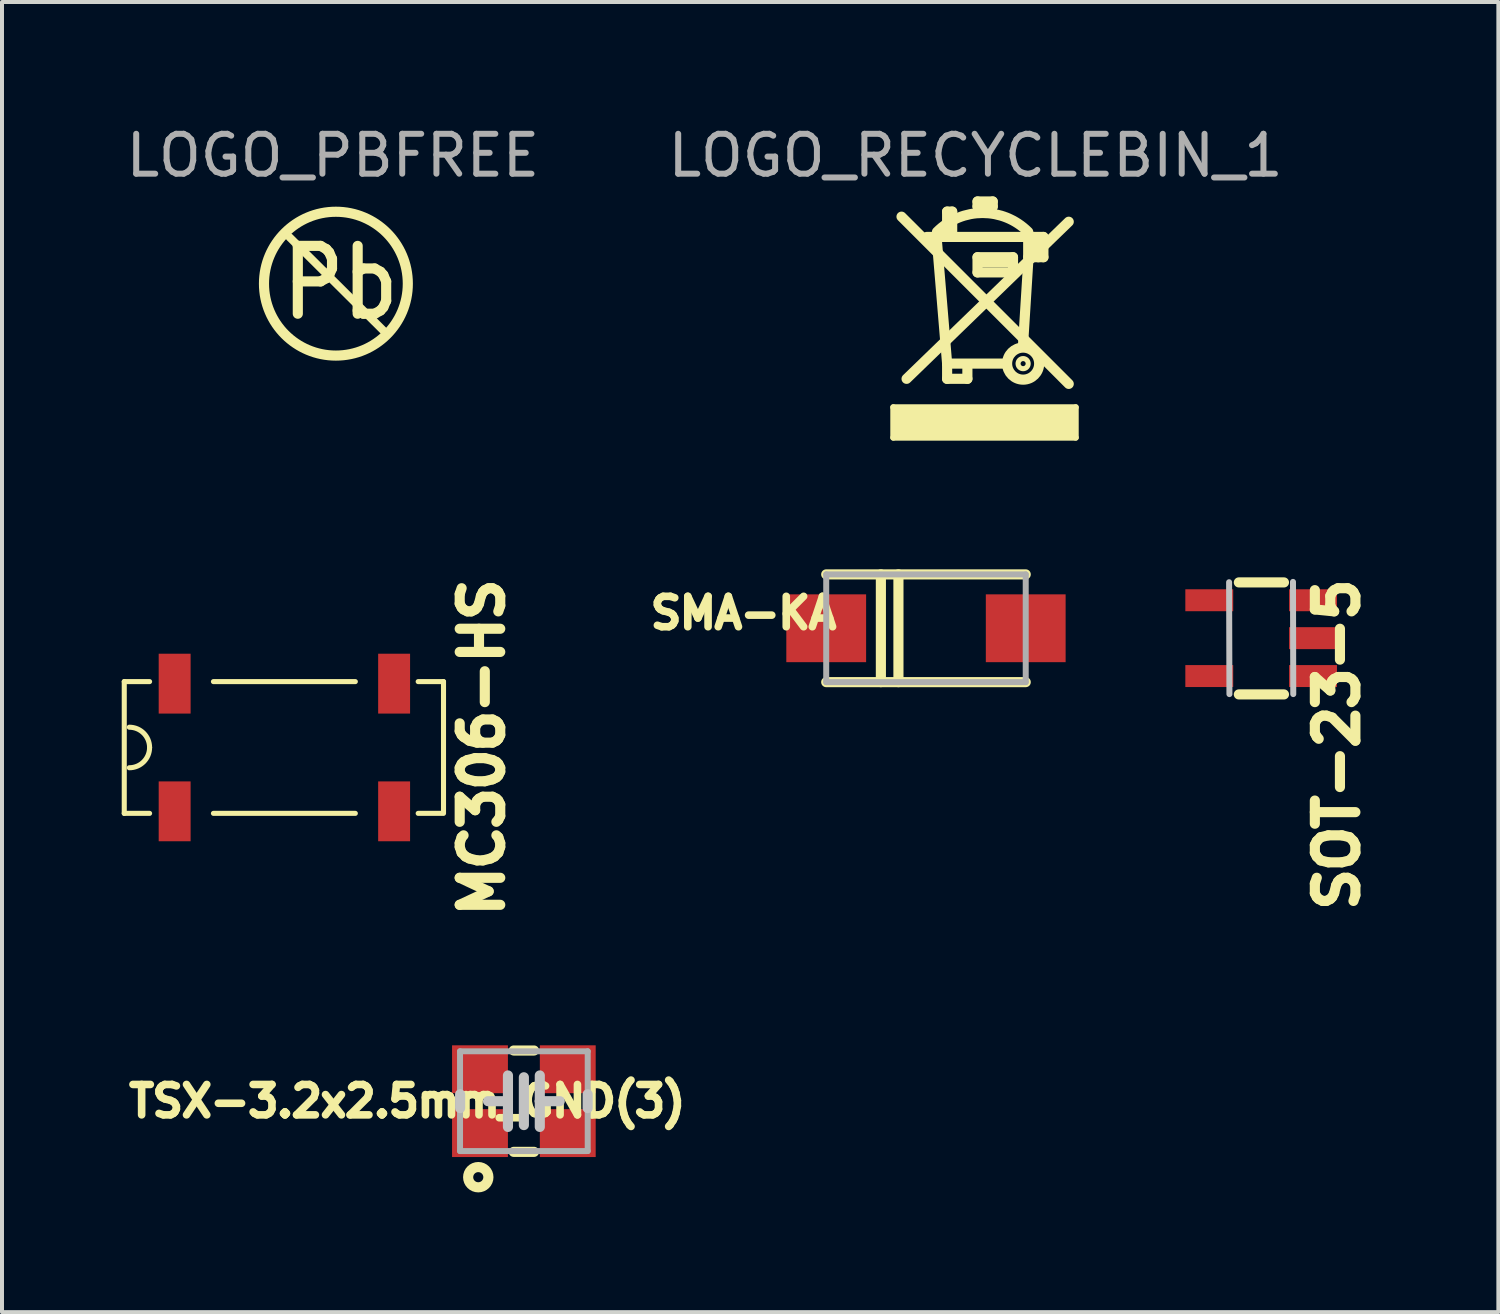
<source format=kicad_pcb>
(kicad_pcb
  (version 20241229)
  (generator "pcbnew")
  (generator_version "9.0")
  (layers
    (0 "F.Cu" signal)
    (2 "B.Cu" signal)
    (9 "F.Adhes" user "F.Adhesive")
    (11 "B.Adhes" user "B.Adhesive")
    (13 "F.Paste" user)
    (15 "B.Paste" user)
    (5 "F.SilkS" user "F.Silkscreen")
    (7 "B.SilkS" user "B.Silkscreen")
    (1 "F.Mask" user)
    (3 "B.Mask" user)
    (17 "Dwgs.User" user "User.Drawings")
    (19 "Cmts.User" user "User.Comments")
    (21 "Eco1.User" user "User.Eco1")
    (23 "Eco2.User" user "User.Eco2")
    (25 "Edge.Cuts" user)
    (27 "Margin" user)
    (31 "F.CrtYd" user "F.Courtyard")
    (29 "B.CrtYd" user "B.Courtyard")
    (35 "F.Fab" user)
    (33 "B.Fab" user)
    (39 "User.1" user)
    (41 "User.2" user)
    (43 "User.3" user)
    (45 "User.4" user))
  (footprint "MC306-HS"
    (layer "F.Cu")
    (at 4.077 15.683)
    (property "Reference" "MC306-HS" (at 4.953 0 90) (layer "F.SilkS") (effects (font (size 1.016 1.016) (thickness 0.254))))
    (attr smd)
    (fp_line (start -4.013 -1.651) (end -4.013 1.651) (stroke (width 0.127) (type solid)) (layer "F.SilkS"))
    (fp_line (start -4.013 -1.651) (end -3.378 -1.651) (stroke (width 0.127) (type solid)) (layer "F.SilkS"))
    (fp_line (start -4.013 1.651) (end -3.378 1.651) (stroke (width 0.127) (type solid)) (layer "F.SilkS"))
    (fp_line (start -1.778 -1.651) (end 1.778 -1.651) (stroke (width 0.127) (type solid)) (layer "F.SilkS"))
    (fp_line (start -1.778 1.651) (end 1.778 1.651) (stroke (width 0.127) (type solid)) (layer "F.SilkS"))
    (fp_line (start 3.353 -1.651) (end 3.988 -1.651) (stroke (width 0.127) (type solid)) (layer "F.SilkS"))
    (fp_line (start 3.353 1.651) (end 3.937 1.651) (stroke (width 0.127) (type solid)) (layer "F.SilkS"))
    (fp_line (start 3.988 -1.651) (end 3.988 1.651) (stroke (width 0.127) (type solid)) (layer "F.SilkS"))
    (fp_arc (start -3.8862 -0.508) (mid -3.52699 -0.35921) (end -3.3782 0) (stroke (width 0.127) (type solid)) (layer "F.SilkS"))
    (fp_arc (start -3.3782 0) (mid -3.52699 0.35921) (end -3.8862 0.508) (stroke (width 0.127) (type solid)) (layer "F.SilkS"))
    (pad "1" smd rect (at -2.75 -1.6) (size 0.8 1.5) (layers "F.Cu" "F.Mask" "F.Paste"))
    (pad "2" smd rect (at -2.75 1.6) (size 0.8 1.5) (layers "F.Cu" "F.Mask" "F.Paste"))
    (pad "3" smd rect (at 2.75 1.6) (size 0.8 1.5) (layers "F.Cu" "F.Mask" "F.Paste"))
    (pad "4" smd rect (at 2.75 -1.6) (size 0.8 1.5) (layers "F.Cu" "F.Mask" "F.Paste")))
  (footprint "TSX-3.2x2.5mm_GND(3)"
    (layer "F.Cu")
    (at 10.079 24.547)
    (property "Reference" "TSX-3.2x2.5mm_GND(3)" (at -2.921 0 0) (layer "F.SilkS") (effects (font (size 0.762 0.762) (thickness 0.191))))
    (attr smd)
    (fp_line (start 0.254 -1.27) (end -0.254 -1.27) (stroke (width 0.254) (type solid)) (layer "F.SilkS"))
    (fp_line (start 0.254 1.27) (end -0.254 1.27) (stroke (width 0.254) (type solid)) (layer "F.SilkS"))
    (fp_circle (center -1.143 1.905) (end -1.143 2.159) (stroke (width 0.254) (type solid)) (fill no) (layer "F.SilkS"))
    (fp_line (start -1.598 0.173) (end -1.598 -0.173) (stroke (width 0.254) (type solid)) (layer "Dwgs.User"))
    (fp_line (start -0.399 -0.645) (end -0.399 0) (stroke (width 0.254) (type solid)) (layer "Dwgs.User"))
    (fp_line (start -0.399 0) (end -0.899 0) (stroke (width 0.254) (type solid)) (layer "Dwgs.User"))
    (fp_line (start -0.399 0) (end -0.399 0.645) (stroke (width 0.254) (type solid)) (layer "Dwgs.User"))
    (fp_line (start 0 0.599) (end 0 -0.599) (stroke (width 0.254) (type solid)) (layer "Dwgs.User"))
    (fp_line (start 0.399 -0.645) (end 0.399 0) (stroke (width 0.254) (type solid)) (layer "Dwgs.User"))
    (fp_line (start 0.399 0) (end 0.399 0.645) (stroke (width 0.254) (type solid)) (layer "Dwgs.User"))
    (fp_line (start 0.399 0) (end 0.899 0) (stroke (width 0.254) (type solid)) (layer "Dwgs.User"))
    (fp_line (start 1.598 -0.173) (end 1.598 0.173) (stroke (width 0.254) (type solid)) (layer "Dwgs.User"))
    (fp_line (start -1.6 -1.25) (end 1.6 -1.25) (stroke (width 0.15) (type solid)) (layer "F.Fab"))
    (fp_line (start -1.6 1.25) (end -1.6 -1.25) (stroke (width 0.15) (type solid)) (layer "F.Fab"))
    (fp_line (start 1.6 -1.25) (end 1.6 1.25) (stroke (width 0.15) (type solid)) (layer "F.Fab"))
    (fp_line (start 1.6 1.25) (end -1.6 1.25) (stroke (width 0.15) (type solid)) (layer "F.Fab"))
    (pad "1" smd rect (at -1.1 0.8) (size 1.4 1.2) (layers "F.Cu" "F.Mask" "F.Paste"))
    (pad "2" smd rect (at 1.1 -0.8) (size 1.4 1.2) (layers "F.Cu" "F.Mask" "F.Paste"))
    (pad "3" smd rect (at -1.1 -0.8) (size 1.4 1.2) (layers "F.Cu" "F.Mask" "F.Paste"))
    (pad "3" smd rect (at 1.1 0.8) (size 1.4 1.2) (layers "F.Cu" "F.Mask" "F.Paste")))
  (footprint "SOT-23-5"
    (layer "F.Cu")
    (at 28.556 12.943)
    (property "Reference" "SOT-23-5" (at 1.905 2.667 90) (layer "F.SilkS") (effects (font (size 1.016 1.016) (thickness 0.254))))
    (attr smd)
    (fp_line (start -0.559 -1.397) (end 0.572 -1.397) (stroke (width 0.254) (type solid)) (layer "F.SilkS"))
    (fp_line (start -0.559 1.41) (end 0.572 1.41) (stroke (width 0.254) (type solid)) (layer "F.SilkS"))
    (fp_line (start -0.803 -1.402) (end -0.795 1.402) (stroke (width 0.15) (type solid)) (layer "Dwgs.User"))
    (fp_line (start 0.805 1.402) (end 0.798 -1.41) (stroke (width 0.15) (type solid)) (layer "Dwgs.User"))
    (pad "1" smd rect (at 1.3 0.95) (size 1.2 0.55) (layers "F.Cu" "F.Mask" "F.Paste"))
    (pad "2" smd rect (at 1.3 0) (size 1.2 0.55) (layers "F.Cu" "F.Mask" "F.Paste"))
    (pad "3" smd rect (at 1.3 -0.95) (size 1.2 0.55) (layers "F.Cu" "F.Mask" "F.Paste"))
    (pad "4" smd rect (at -1.3 -0.95) (size 1.2 0.55) (layers "F.Cu" "F.Mask" "F.Paste"))
    (pad "5" smd rect (at -1.3 0.95) (size 1.2 0.55) (layers "F.Cu" "F.Mask" "F.Paste")))
  (footprint "SMA-KA"
    (layer "F.Cu")
    (at 20.156 12.695)
    (property "Reference" "SMA-KA" (at -4.572 -0.381 0) (layer "F.SilkS") (effects (font (size 0.762 0.762) (thickness 0.191))))
    (attr smd)
    (fp_line (start -2.5 1.35) (end 2.5 1.35) (stroke (width 0.254) (type solid)) (layer "F.SilkS"))
    (fp_line (start -1.13 -1.35) (end -1.13 1.35) (stroke (width 0.254) (type solid)) (layer "F.SilkS"))
    (fp_line (start -0.69 -1.35) (end -0.69 1.35) (stroke (width 0.254) (type solid)) (layer "F.SilkS"))
    (fp_line (start 2.5 -1.35) (end -2.5 -1.35) (stroke (width 0.254) (type solid)) (layer "F.SilkS"))
    (fp_line (start -2.5 -1.35) (end 2.5 -1.35) (stroke (width 0.15) (type solid)) (layer "F.Fab"))
    (fp_line (start -2.5 1.35) (end -2.5 -1.35) (stroke (width 0.15) (type solid)) (layer "F.Fab"))
    (fp_line (start 2.5 -1.35) (end 2.5 1.35) (stroke (width 0.15) (type solid)) (layer "F.Fab"))
    (fp_line (start 2.5 1.35) (end -2.5 1.35) (stroke (width 0.15) (type solid)) (layer "F.Fab"))
    (pad "1" smd rect (at -2.5 0) (size 2 1.7) (layers "F.Cu" "F.Mask" "F.Paste"))
    (pad "2" smd rect (at 2.5 0) (size 2 1.7) (layers "F.Cu" "F.Mask" "F.Paste")))
  (footprint "LOGO_RECYCLEBIN_1"
    (layer "F.Cu")
    (at 19.289 7.968)
    (property "Reference" "LOGO_RECYCLEBIN_1" (at 2.11 -7.12 0) (layer "F.Fab") (effects (font (size 1 1) (thickness 0.15))))
    (attr through_hole)
    (fp_line (start 0.048 -0.812) (end 4.62 -0.812) (stroke (width 0.15) (type solid)) (layer "F.SilkS"))
    (fp_line (start 0.048 -0.05) (end 0.048 -0.812) (stroke (width 0.15) (type solid)) (layer "F.SilkS"))
    (fp_line (start 0.099 -0.66) (end 4.569 -0.66) (stroke (width 0.15) (type solid)) (layer "F.SilkS"))
    (fp_line (start 0.099 -0.609) (end 4.518 -0.609) (stroke (width 0.15) (type solid)) (layer "F.SilkS"))
    (fp_line (start 0.099 -0.456) (end 4.569 -0.456) (stroke (width 0.15) (type solid)) (layer "F.SilkS"))
    (fp_line (start 0.099 -0.152) (end 4.518 -0.152) (stroke (width 0.15) (type solid)) (layer "F.SilkS"))
    (fp_line (start 0.254 -5.588) (end 4.445 -1.397) (stroke (width 0.254) (type solid)) (layer "F.SilkS"))
    (fp_line (start 0.381 -1.524) (end 4.445 -5.461) (stroke (width 0.254) (type solid)) (layer "F.SilkS"))
    (fp_line (start 0.889 -5.08) (end 3.81 -5.08) (stroke (width 0.254) (type solid)) (layer "F.SilkS"))
    (fp_line (start 1.397 -5.715) (end 1.524 -5.715) (stroke (width 0.254) (type solid)) (layer "F.SilkS"))
    (fp_line (start 1.397 -5.207) (end 1.397 -5.715) (stroke (width 0.254) (type solid)) (layer "F.SilkS"))
    (fp_line (start 1.397 -1.905) (end 1.143 -4.953) (stroke (width 0.254) (type solid)) (layer "F.SilkS"))
    (fp_line (start 1.397 -1.905) (end 1.397 -1.524) (stroke (width 0.254) (type solid)) (layer "F.SilkS"))
    (fp_line (start 1.397 -1.905) (end 2.794 -1.905) (stroke (width 0.254) (type solid)) (layer "F.SilkS"))
    (fp_line (start 1.397 -1.524) (end 1.905 -1.524) (stroke (width 0.254) (type solid)) (layer "F.SilkS"))
    (fp_line (start 1.524 -5.715) (end 1.524 -5.207) (stroke (width 0.254) (type solid)) (layer "F.SilkS"))
    (fp_line (start 1.905 -1.524) (end 1.905 -1.778) (stroke (width 0.254) (type solid)) (layer "F.SilkS"))
    (fp_line (start 2.159 -5.969) (end 2.159 -5.842) (stroke (width 0.254) (type solid)) (layer "F.SilkS"))
    (fp_line (start 2.159 -5.842) (end 2.54 -5.842) (stroke (width 0.254) (type solid)) (layer "F.SilkS"))
    (fp_line (start 2.159 -4.572) (end 3.048 -4.572) (stroke (width 0.254) (type solid)) (layer "F.SilkS"))
    (fp_line (start 2.159 -4.191) (end 2.159 -4.572) (stroke (width 0.254) (type solid)) (layer "F.SilkS"))
    (fp_line (start 2.286 -4.445) (end 2.921 -4.445) (stroke (width 0.254) (type solid)) (layer "F.SilkS"))
    (fp_line (start 2.54 -5.969) (end 2.159 -5.969) (stroke (width 0.254) (type solid)) (layer "F.SilkS"))
    (fp_line (start 2.54 -5.842) (end 2.54 -5.969) (stroke (width 0.254) (type solid)) (layer "F.SilkS"))
    (fp_line (start 3.048 -4.572) (end 3.048 -4.191) (stroke (width 0.254) (type solid)) (layer "F.SilkS"))
    (fp_line (start 3.048 -4.191) (end 2.159 -4.191) (stroke (width 0.254) (type solid)) (layer "F.SilkS"))
    (fp_line (start 3.302 -2.413) (end 3.429 -4.445) (stroke (width 0.254) (type solid)) (layer "F.SilkS"))
    (fp_line (start 3.429 -5.08) (end 3.429 -4.572) (stroke (width 0.254) (type solid)) (layer "F.SilkS"))
    (fp_line (start 3.429 -4.572) (end 3.81 -4.572) (stroke (width 0.254) (type solid)) (layer "F.SilkS"))
    (fp_line (start 3.556 -5.08) (end 3.683 -4.699) (stroke (width 0.254) (type solid)) (layer "F.SilkS"))
    (fp_line (start 3.556 -4.953) (end 3.556 -4.826) (stroke (width 0.254) (type solid)) (layer "F.SilkS"))
    (fp_line (start 3.556 -4.953) (end 3.556 -4.826) (stroke (width 0.254) (type solid)) (layer "F.SilkS"))
    (fp_line (start 3.556 -4.953) (end 3.683 -4.953) (stroke (width 0.254) (type solid)) (layer "F.SilkS"))
    (fp_line (start 3.556 -4.572) (end 3.556 -4.953) (stroke (width 0.254) (type solid)) (layer "F.SilkS"))
    (fp_line (start 3.683 -4.953) (end 3.683 -4.572) (stroke (width 0.254) (type solid)) (layer "F.SilkS"))
    (fp_line (start 3.81 -4.572) (end 3.81 -5.08) (stroke (width 0.254) (type solid)) (layer "F.SilkS"))
    (fp_line (start 4.518 -0.253) (end 0.15 -0.253) (stroke (width 0.15) (type solid)) (layer "F.SilkS"))
    (fp_line (start 4.569 -0.761) (end 0.15 -0.761) (stroke (width 0.15) (type solid)) (layer "F.SilkS"))
    (fp_line (start 4.569 -0.507) (end 0.15 -0.507) (stroke (width 0.15) (type solid)) (layer "F.SilkS"))
    (fp_line (start 4.569 -0.355) (end 0.15 -0.355) (stroke (width 0.15) (type solid)) (layer "F.SilkS"))
    (fp_line (start 4.62 -0.812) (end 4.62 -0.05) (stroke (width 0.15) (type solid)) (layer "F.SilkS"))
    (fp_line (start 4.62 -0.05) (end 0.048 -0.05) (stroke (width 0.15) (type solid)) (layer "F.SilkS"))
    (fp_arc (start 1.143 -5.207) (mid 2.286 -5.680446) (end 3.429 -5.207) (stroke (width 0.254) (type solid)) (layer "F.SilkS"))
    (fp_circle (center 3.302 -1.905) (end 3.429 -1.905) (stroke (width 0.127) (type solid)) (fill no) (layer "F.SilkS"))
    (fp_circle (center 3.302 -1.905) (end 3.683 -2.032) (stroke (width 0.254) (type solid)) (fill no) (layer "F.SilkS")))
  (footprint "LOGO_PBFREE"
    (layer "F.Cu")
    (at 5.571 4.374)
    (property "Reference" "LOGO_PBFREE" (at -0.279 -3.526 0) (layer "F.Fab") (effects (font (size 1 1) (thickness 0.15))))
    (attr through_hole)
    (fp_line (start -1.364 -1.478) (end 1.069 0.942) (stroke (width 0.2) (type solid)) (layer "F.SilkS"))
    (fp_circle (center -0.203 -0.315) (end 0.907 -1.735) (stroke (width 0.254) (type solid)) (fill no) (layer "F.SilkS"))
    (fp_text user "Pb" (at -0.086 -0.335 0) (layer "F.SilkS") (effects (font (size 1.7 1.5) (thickness 0.254)))))
  (gr_rect
    (start -3 -3)
    (end 34.501 29.833)
    (stroke (width 0.1) (type default))
    (fill no)
    (layer "Edge.Cuts")))
</source>
